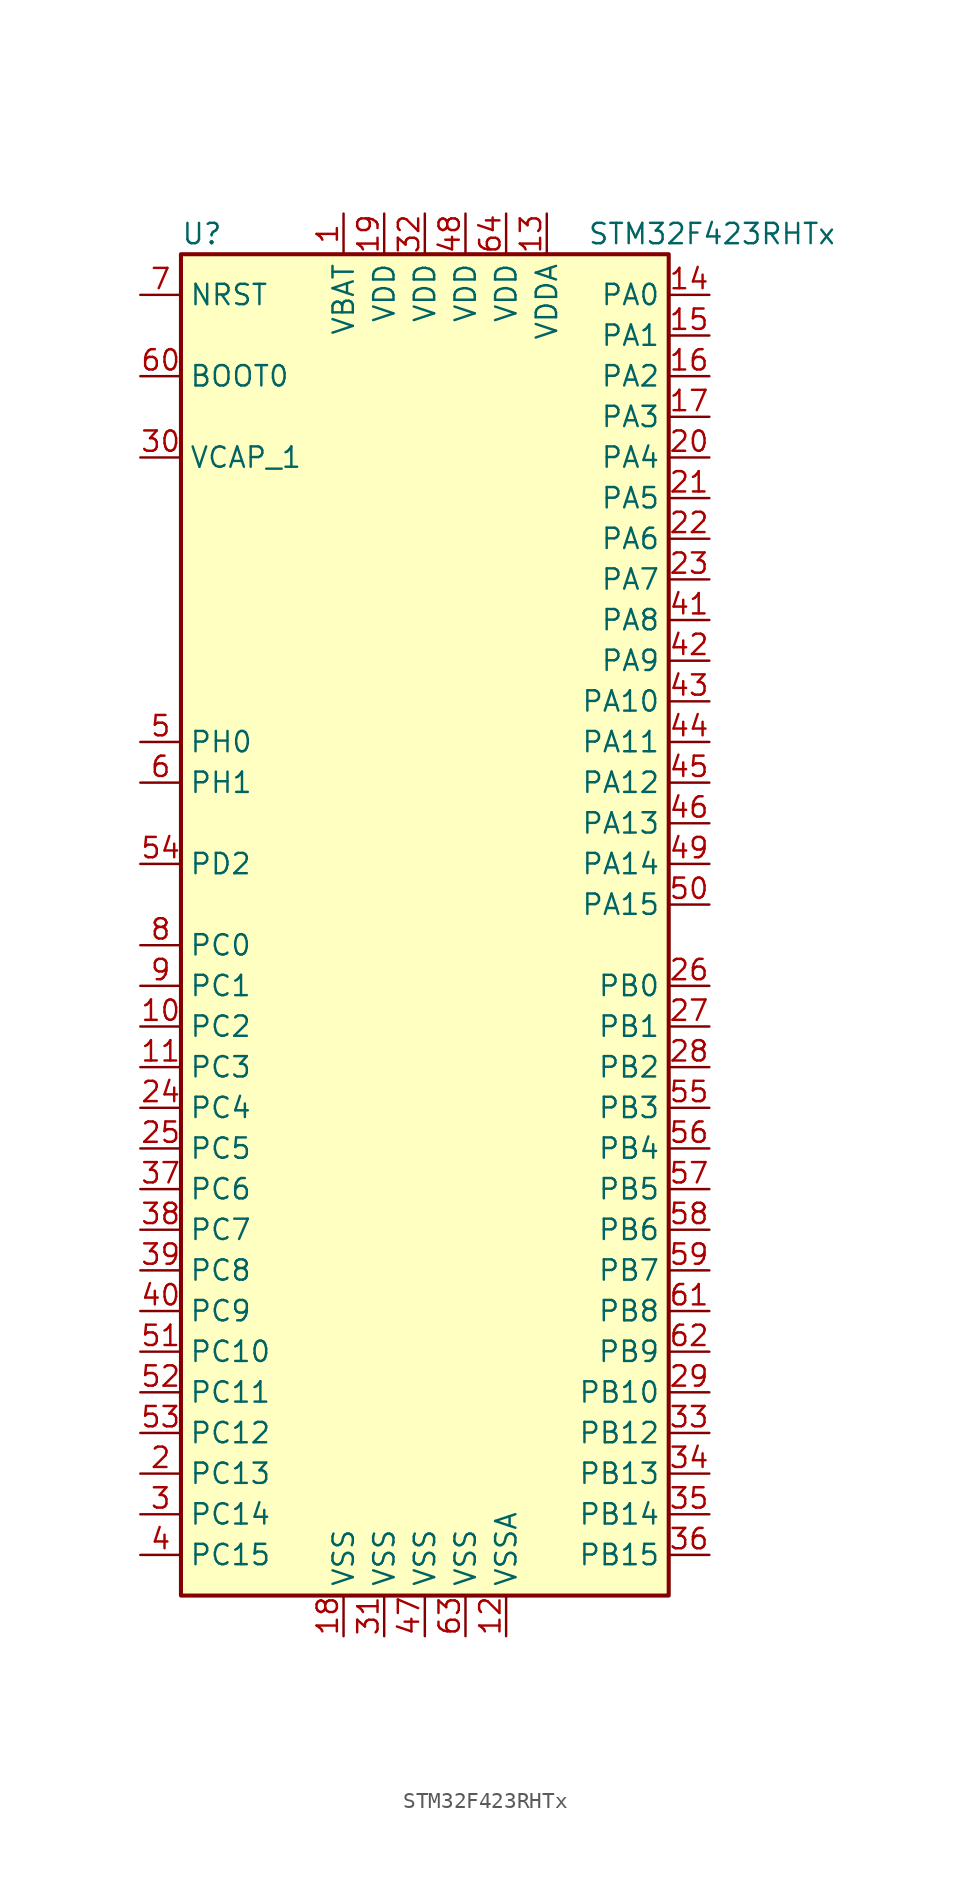
<source format=kicad_sym>
(kicad_symbol_lib
  (version 20211014)
  (generator kicad_symbol_editor)
  (symbol "STM32F423RHTx"
    (property "Reference" "U"
      (at -15.24 41.91 0)
      (effects (font (size 1.27 1.27)) (justify left)))
    (property "Value" "STM32F423RHTx"
      (at 10.16 41.91 0)
      (effects (font (size 1.27 1.27)) (justify left)))
    (symbol "STM32F423RHTx_0_1"
      (rectangle (start -15.24 -43.18) (end 15.24 40.64) (stroke (width 0.254) (type default) (color 0 0 0 0)) (fill (type background))))
    (symbol "STM32F423RHTx_1_1"
      (pin power_in line (at -5.08 43.18 270) (length 2.54) (name "VBAT" (effects (font (size 1.27 1.27)))) (number "1" (effects (font (size 1.27 1.27)))))
      (pin bidirectional line (at -17.78 -7.62 0) (length 2.54) (name "PC2" (effects (font (size 1.27 1.27)))) (number "10" (effects (font (size 1.27 1.27)))))
      (pin bidirectional line (at -17.78 -10.16 0) (length 2.54) (name "PC3" (effects (font (size 1.27 1.27)))) (number "11" (effects (font (size 1.27 1.27)))))
      (pin power_in line (at 5.08 -45.72 90) (length 2.54) (name "VSSA" (effects (font (size 1.27 1.27)))) (number "12" (effects (font (size 1.27 1.27)))))
      (pin power_in line (at 7.62 43.18 270) (length 2.54) (name "VDDA" (effects (font (size 1.27 1.27)))) (number "13" (effects (font (size 1.27 1.27)))))
      (pin bidirectional line (at 17.78 38.1 180) (length 2.54) (name "PA0" (effects (font (size 1.27 1.27)))) (number "14" (effects (font (size 1.27 1.27)))))
      (pin bidirectional line (at 17.78 35.56 180) (length 2.54) (name "PA1" (effects (font (size 1.27 1.27)))) (number "15" (effects (font (size 1.27 1.27)))))
      (pin bidirectional line (at 17.78 33.02 180) (length 2.54) (name "PA2" (effects (font (size 1.27 1.27)))) (number "16" (effects (font (size 1.27 1.27)))))
      (pin bidirectional line (at 17.78 30.48 180) (length 2.54) (name "PA3" (effects (font (size 1.27 1.27)))) (number "17" (effects (font (size 1.27 1.27)))))
      (pin power_in line (at -5.08 -45.72 90) (length 2.54) (name "VSS" (effects (font (size 1.27 1.27)))) (number "18" (effects (font (size 1.27 1.27)))))
      (pin power_in line (at -2.54 43.18 270) (length 2.54) (name "VDD" (effects (font (size 1.27 1.27)))) (number "19" (effects (font (size 1.27 1.27)))))
      (pin bidirectional line (at -17.78 -35.56 0) (length 2.54) (name "PC13" (effects (font (size 1.27 1.27)))) (number "2" (effects (font (size 1.27 1.27)))))
      (pin bidirectional line (at 17.78 27.94 180) (length 2.54) (name "PA4" (effects (font (size 1.27 1.27)))) (number "20" (effects (font (size 1.27 1.27)))))
      (pin bidirectional line (at 17.78 25.4 180) (length 2.54) (name "PA5" (effects (font (size 1.27 1.27)))) (number "21" (effects (font (size 1.27 1.27)))))
      (pin bidirectional line (at 17.78 22.86 180) (length 2.54) (name "PA6" (effects (font (size 1.27 1.27)))) (number "22" (effects (font (size 1.27 1.27)))))
      (pin bidirectional line (at 17.78 20.32 180) (length 2.54) (name "PA7" (effects (font (size 1.27 1.27)))) (number "23" (effects (font (size 1.27 1.27)))))
      (pin bidirectional line (at -17.78 -12.7 0) (length 2.54) (name "PC4" (effects (font (size 1.27 1.27)))) (number "24" (effects (font (size 1.27 1.27)))))
      (pin bidirectional line (at -17.78 -15.24 0) (length 2.54) (name "PC5" (effects (font (size 1.27 1.27)))) (number "25" (effects (font (size 1.27 1.27)))))
      (pin bidirectional line (at 17.78 -5.08 180) (length 2.54) (name "PB0" (effects (font (size 1.27 1.27)))) (number "26" (effects (font (size 1.27 1.27)))))
      (pin bidirectional line (at 17.78 -7.62 180) (length 2.54) (name "PB1" (effects (font (size 1.27 1.27)))) (number "27" (effects (font (size 1.27 1.27)))))
      (pin bidirectional line (at 17.78 -10.16 180) (length 2.54) (name "PB2" (effects (font (size 1.27 1.27)))) (number "28" (effects (font (size 1.27 1.27)))))
      (pin bidirectional line (at 17.78 -30.48 180) (length 2.54) (name "PB10" (effects (font (size 1.27 1.27)))) (number "29" (effects (font (size 1.27 1.27)))))
      (pin bidirectional line (at -17.78 -38.1 0) (length 2.54) (name "PC14" (effects (font (size 1.27 1.27)))) (number "3" (effects (font (size 1.27 1.27)))))
      (pin power_in line (at -17.78 27.94 0) (length 2.54) (name "VCAP_1" (effects (font (size 1.27 1.27)))) (number "30" (effects (font (size 1.27 1.27)))))
      (pin power_in line (at -2.54 -45.72 90) (length 2.54) (name "VSS" (effects (font (size 1.27 1.27)))) (number "31" (effects (font (size 1.27 1.27)))))
      (pin power_in line (at 0 43.18 270) (length 2.54) (name "VDD" (effects (font (size 1.27 1.27)))) (number "32" (effects (font (size 1.27 1.27)))))
      (pin bidirectional line (at 17.78 -33.02 180) (length 2.54) (name "PB12" (effects (font (size 1.27 1.27)))) (number "33" (effects (font (size 1.27 1.27)))))
      (pin bidirectional line (at 17.78 -35.56 180) (length 2.54) (name "PB13" (effects (font (size 1.27 1.27)))) (number "34" (effects (font (size 1.27 1.27)))))
      (pin bidirectional line (at 17.78 -38.1 180) (length 2.54) (name "PB14" (effects (font (size 1.27 1.27)))) (number "35" (effects (font (size 1.27 1.27)))))
      (pin bidirectional line (at 17.78 -40.64 180) (length 2.54) (name "PB15" (effects (font (size 1.27 1.27)))) (number "36" (effects (font (size 1.27 1.27)))))
      (pin bidirectional line (at -17.78 -17.78 0) (length 2.54) (name "PC6" (effects (font (size 1.27 1.27)))) (number "37" (effects (font (size 1.27 1.27)))))
      (pin bidirectional line (at -17.78 -20.32 0) (length 2.54) (name "PC7" (effects (font (size 1.27 1.27)))) (number "38" (effects (font (size 1.27 1.27)))))
      (pin bidirectional line (at -17.78 -22.86 0) (length 2.54) (name "PC8" (effects (font (size 1.27 1.27)))) (number "39" (effects (font (size 1.27 1.27)))))
      (pin bidirectional line (at -17.78 -40.64 0) (length 2.54) (name "PC15" (effects (font (size 1.27 1.27)))) (number "4" (effects (font (size 1.27 1.27)))))
      (pin bidirectional line (at -17.78 -25.4 0) (length 2.54) (name "PC9" (effects (font (size 1.27 1.27)))) (number "40" (effects (font (size 1.27 1.27)))))
      (pin bidirectional line (at 17.78 17.78 180) (length 2.54) (name "PA8" (effects (font (size 1.27 1.27)))) (number "41" (effects (font (size 1.27 1.27)))))
      (pin bidirectional line (at 17.78 15.24 180) (length 2.54) (name "PA9" (effects (font (size 1.27 1.27)))) (number "42" (effects (font (size 1.27 1.27)))))
      (pin bidirectional line (at 17.78 12.7 180) (length 2.54) (name "PA10" (effects (font (size 1.27 1.27)))) (number "43" (effects (font (size 1.27 1.27)))))
      (pin bidirectional line (at 17.78 10.16 180) (length 2.54) (name "PA11" (effects (font (size 1.27 1.27)))) (number "44" (effects (font (size 1.27 1.27)))))
      (pin bidirectional line (at 17.78 7.62 180) (length 2.54) (name "PA12" (effects (font (size 1.27 1.27)))) (number "45" (effects (font (size 1.27 1.27)))))
      (pin bidirectional line (at 17.78 5.08 180) (length 2.54) (name "PA13" (effects (font (size 1.27 1.27)))) (number "46" (effects (font (size 1.27 1.27)))))
      (pin power_in line (at 0 -45.72 90) (length 2.54) (name "VSS" (effects (font (size 1.27 1.27)))) (number "47" (effects (font (size 1.27 1.27)))))
      (pin power_in line (at 2.54 43.18 270) (length 2.54) (name "VDD" (effects (font (size 1.27 1.27)))) (number "48" (effects (font (size 1.27 1.27)))))
      (pin bidirectional line (at 17.78 2.54 180) (length 2.54) (name "PA14" (effects (font (size 1.27 1.27)))) (number "49" (effects (font (size 1.27 1.27)))))
      (pin input line (at -17.78 10.16 0) (length 2.54) (name "PH0" (effects (font (size 1.27 1.27)))) (number "5" (effects (font (size 1.27 1.27)))))
      (pin bidirectional line (at 17.78 0 180) (length 2.54) (name "PA15" (effects (font (size 1.27 1.27)))) (number "50" (effects (font (size 1.27 1.27)))))
      (pin bidirectional line (at -17.78 -27.94 0) (length 2.54) (name "PC10" (effects (font (size 1.27 1.27)))) (number "51" (effects (font (size 1.27 1.27)))))
      (pin bidirectional line (at -17.78 -30.48 0) (length 2.54) (name "PC11" (effects (font (size 1.27 1.27)))) (number "52" (effects (font (size 1.27 1.27)))))
      (pin bidirectional line (at -17.78 -33.02 0) (length 2.54) (name "PC12" (effects (font (size 1.27 1.27)))) (number "53" (effects (font (size 1.27 1.27)))))
      (pin bidirectional line (at -17.78 2.54 0) (length 2.54) (name "PD2" (effects (font (size 1.27 1.27)))) (number "54" (effects (font (size 1.27 1.27)))))
      (pin bidirectional line (at 17.78 -12.7 180) (length 2.54) (name "PB3" (effects (font (size 1.27 1.27)))) (number "55" (effects (font (size 1.27 1.27)))))
      (pin bidirectional line (at 17.78 -15.24 180) (length 2.54) (name "PB4" (effects (font (size 1.27 1.27)))) (number "56" (effects (font (size 1.27 1.27)))))
      (pin bidirectional line (at 17.78 -17.78 180) (length 2.54) (name "PB5" (effects (font (size 1.27 1.27)))) (number "57" (effects (font (size 1.27 1.27)))))
      (pin bidirectional line (at 17.78 -20.32 180) (length 2.54) (name "PB6" (effects (font (size 1.27 1.27)))) (number "58" (effects (font (size 1.27 1.27)))))
      (pin bidirectional line (at 17.78 -22.86 180) (length 2.54) (name "PB7" (effects (font (size 1.27 1.27)))) (number "59" (effects (font (size 1.27 1.27)))))
      (pin input line (at -17.78 7.62 0) (length 2.54) (name "PH1" (effects (font (size 1.27 1.27)))) (number "6" (effects (font (size 1.27 1.27)))))
      (pin input line (at -17.78 33.02 0) (length 2.54) (name "BOOT0" (effects (font (size 1.27 1.27)))) (number "60" (effects (font (size 1.27 1.27)))))
      (pin bidirectional line (at 17.78 -25.4 180) (length 2.54) (name "PB8" (effects (font (size 1.27 1.27)))) (number "61" (effects (font (size 1.27 1.27)))))
      (pin bidirectional line (at 17.78 -27.94 180) (length 2.54) (name "PB9" (effects (font (size 1.27 1.27)))) (number "62" (effects (font (size 1.27 1.27)))))
      (pin power_in line (at 2.54 -45.72 90) (length 2.54) (name "VSS" (effects (font (size 1.27 1.27)))) (number "63" (effects (font (size 1.27 1.27)))))
      (pin power_in line (at 5.08 43.18 270) (length 2.54) (name "VDD" (effects (font (size 1.27 1.27)))) (number "64" (effects (font (size 1.27 1.27)))))
      (pin input line (at -17.78 38.1 0) (length 2.54) (name "NRST" (effects (font (size 1.27 1.27)))) (number "7" (effects (font (size 1.27 1.27)))))
      (pin bidirectional line (at -17.78 -2.54 0) (length 2.54) (name "PC0" (effects (font (size 1.27 1.27)))) (number "8" (effects (font (size 1.27 1.27)))))
      (pin bidirectional line (at -17.78 -5.08 0) (length 2.54) (name "PC1" (effects (font (size 1.27 1.27)))) (number "9" (effects (font (size 1.27 1.27))))))))
</source>
